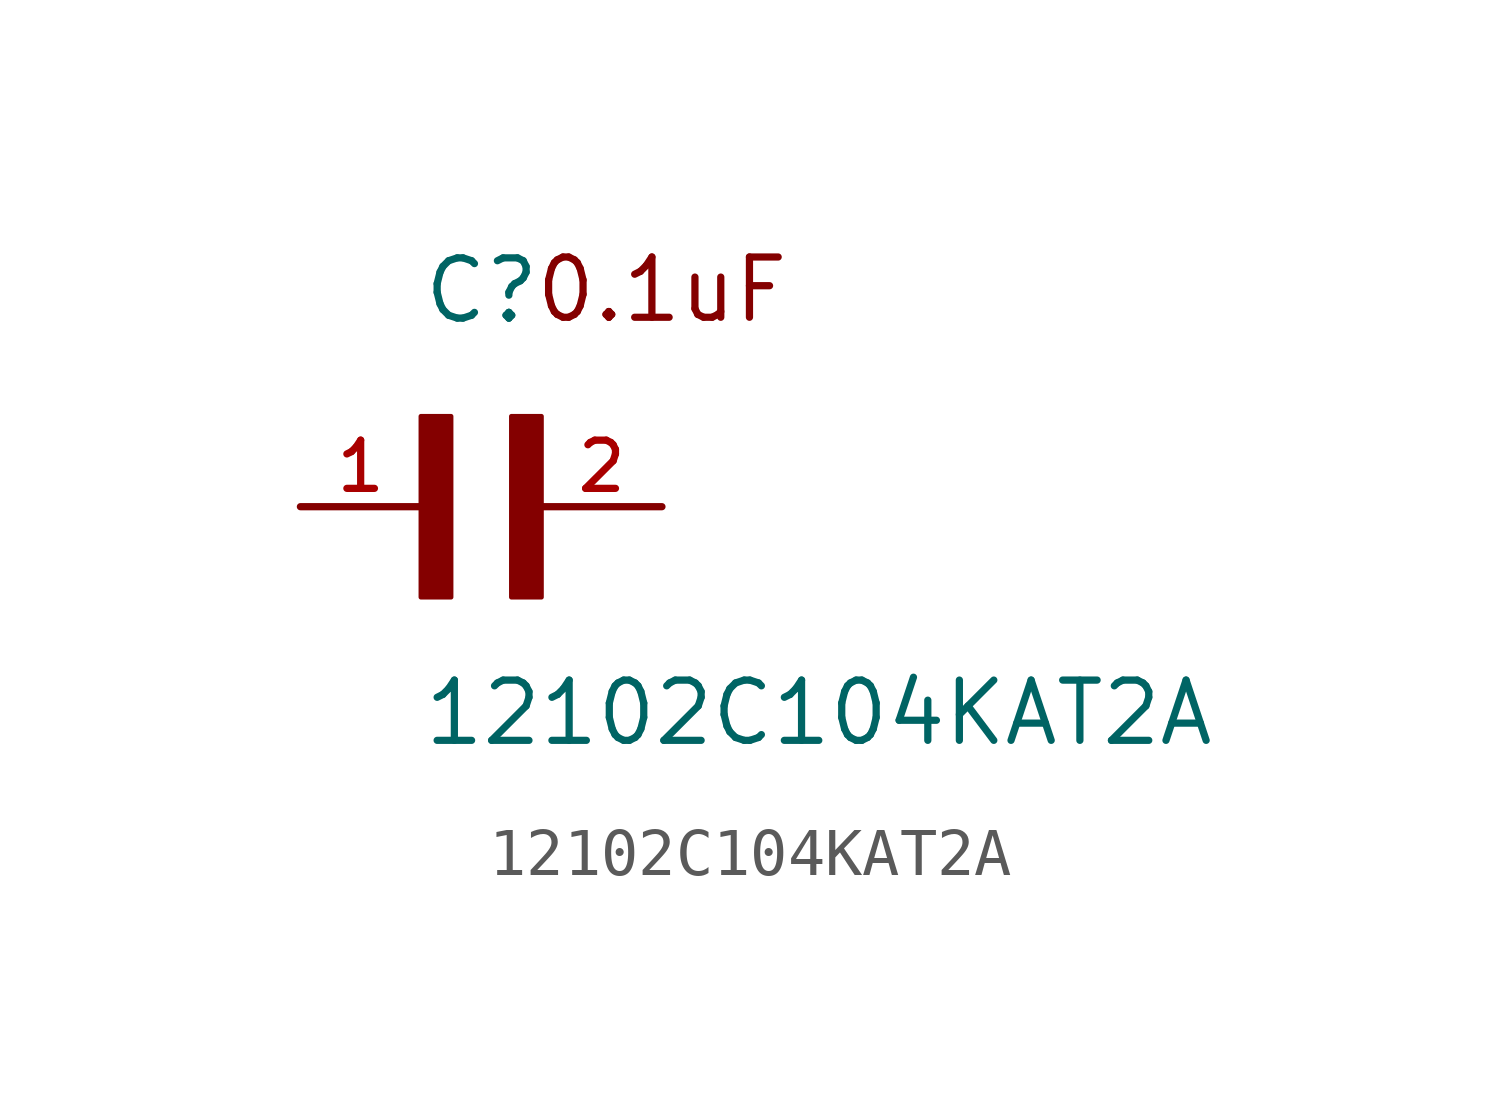
<source format=kicad_sym>
(kicad_symbol_lib
  (version 20231120)
  (generator "kicad_symbol_editor")
  (generator_version "8.0")
  (symbol "12102C104KAT2A"
    (pin_names
      (offset 1.016))
    (property "Reference" "C"
      (at 0 3.811 0)
      (effects (font (size 1.27 1.27)) (justify left bottom)))
    (property "Value" "12102C104KAT2A"
      (at 0 -5.088 0)
      (effects (font (size 1.27 1.27)) (justify left bottom)))
    (symbol "12102C104KAT2A_0_0"
      (rectangle (start 0 -1.907) (end 0.635 1.905) (stroke (width 0.1) (type default)) (fill (type outline)))
      (rectangle (start 1.907 -1.907) (end 2.54 1.905) (stroke (width 0.1) (type default)) (fill (type outline)))
      (pin passive line (at -2.54 0 0) (length 2.54) (name "~" (effects (font (size 1.016 1.016)))) (number "1" (effects (font (size 1.016 1.016)))))
      (pin passive line (at 5.08 0 180) (length 2.54) (name "~" (effects (font (size 1.016 1.016)))) (number "2" (effects (font (size 1.016 1.016))))))
    (symbol "12102C104KAT2A_1_1"
      (text "0.1uF" (at 5.08 4.572 0) (effects (font (size 1.27 1.27)))))))
</source>
